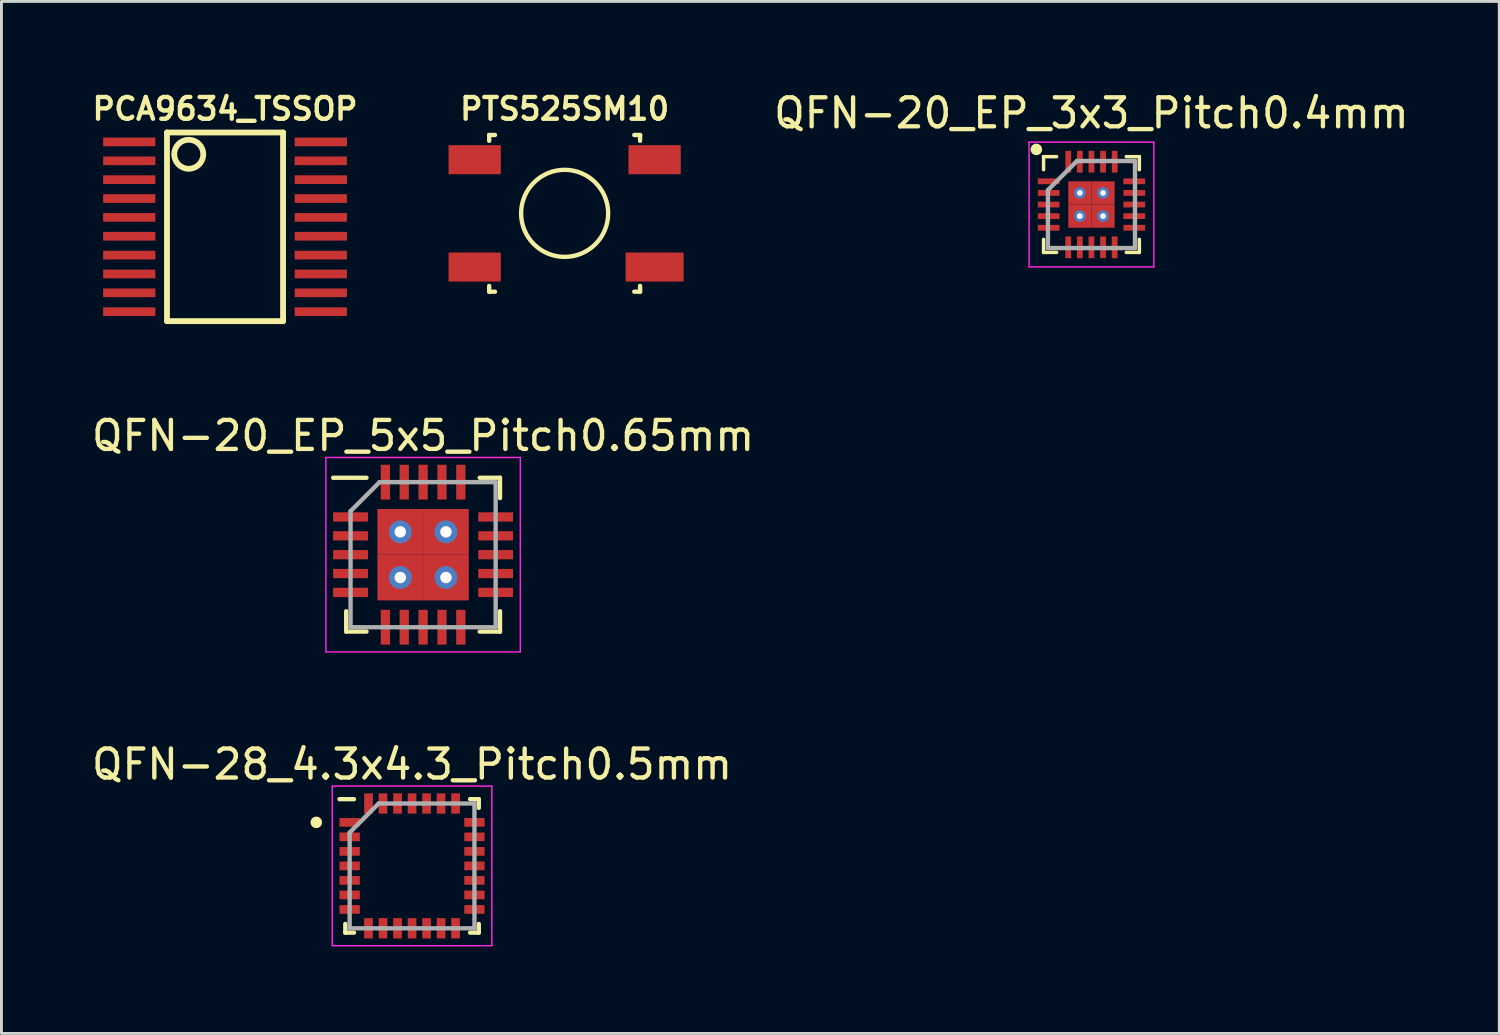
<source format=kicad_pcb>
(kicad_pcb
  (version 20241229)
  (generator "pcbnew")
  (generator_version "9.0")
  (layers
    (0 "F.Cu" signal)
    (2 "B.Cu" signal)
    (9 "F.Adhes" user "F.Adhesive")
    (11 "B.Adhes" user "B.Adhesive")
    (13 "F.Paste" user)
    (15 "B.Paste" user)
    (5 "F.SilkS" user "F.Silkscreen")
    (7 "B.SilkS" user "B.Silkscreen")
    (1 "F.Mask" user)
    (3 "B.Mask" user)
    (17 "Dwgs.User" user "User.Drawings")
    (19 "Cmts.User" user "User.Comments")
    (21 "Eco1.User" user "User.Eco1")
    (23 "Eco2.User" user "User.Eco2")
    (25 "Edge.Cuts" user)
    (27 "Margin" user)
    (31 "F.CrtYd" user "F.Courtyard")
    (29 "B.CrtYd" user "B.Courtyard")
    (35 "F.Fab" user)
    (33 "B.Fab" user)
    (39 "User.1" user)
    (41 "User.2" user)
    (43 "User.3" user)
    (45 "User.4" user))
  (footprint "QFN-20_EP_3x3_Pitch0.4mm"
    (layer "F.Cu")
    (at 34.561 3.998)
    (property "Reference" "QFN-20_EP_3x3_Pitch0.4mm" (at 0 -3.15 0) (layer "F.SilkS") (effects (font (size 1 1) (thickness 0.15))))
    (attr smd)
    (fp_line (start -1.65 -1.65) (end -1.65 -1.2) (stroke (width 0.12) (type solid)) (layer "F.SilkS"))
    (fp_line (start -1.65 -1.65) (end -1.2 -1.65) (stroke (width 0.12) (type solid)) (layer "F.SilkS"))
    (fp_line (start -1.65 1.65) (end -1.65 1.2) (stroke (width 0.12) (type solid)) (layer "F.SilkS"))
    (fp_line (start -1.2 1.65) (end -1.65 1.65) (stroke (width 0.12) (type solid)) (layer "F.SilkS"))
    (fp_line (start 1.2 -1.65) (end 1.65 -1.65) (stroke (width 0.12) (type solid)) (layer "F.SilkS"))
    (fp_line (start 1.2 1.65) (end 1.65 1.65) (stroke (width 0.12) (type solid)) (layer "F.SilkS"))
    (fp_line (start 1.65 -1.65) (end 1.65 -1.2) (stroke (width 0.12) (type solid)) (layer "F.SilkS"))
    (fp_line (start 1.65 1.65) (end 1.65 1.2) (stroke (width 0.12) (type solid)) (layer "F.SilkS"))
    (fp_circle (center -1.9 -1.9) (end -1.8 -1.9) (stroke (width 0.2) (type solid)) (fill no) (layer "F.SilkS"))
    (fp_line (start -2.15 -2.15) (end 2.15 -2.15) (stroke (width 0.05) (type solid)) (layer "F.CrtYd"))
    (fp_line (start -2.15 2.15) (end -2.15 -2.15) (stroke (width 0.05) (type solid)) (layer "F.CrtYd"))
    (fp_line (start 2.15 -2.15) (end 2.15 2.15) (stroke (width 0.05) (type solid)) (layer "F.CrtYd"))
    (fp_line (start 2.15 2.15) (end -2.15 2.15) (stroke (width 0.05) (type solid)) (layer "F.CrtYd"))
    (fp_line (start -1.5 -0.5) (end -1.5 1.5) (stroke (width 0.15) (type solid)) (layer "F.Fab"))
    (fp_line (start -1.5 1.5) (end 1.5 1.5) (stroke (width 0.15) (type solid)) (layer "F.Fab"))
    (fp_line (start -0.5 -1.5) (end -1.5 -0.5) (stroke (width 0.15) (type solid)) (layer "F.Fab"))
    (fp_line (start 1.5 -1.5) (end -0.5 -1.5) (stroke (width 0.15) (type solid)) (layer "F.Fab"))
    (fp_line (start 1.5 1.5) (end 1.5 -1.5) (stroke (width 0.15) (type solid)) (layer "F.Fab"))
    (pad "1" smd rect (at -1.475 -0.8 90) (size 0.2 0.75) (layers "F.Cu" "F.Mask" "F.Paste"))
    (pad "2" smd rect (at -1.475 -0.4 90) (size 0.2 0.75) (layers "F.Cu" "F.Mask" "F.Paste"))
    (pad "3" smd rect (at -1.475 0 90) (size 0.2 0.75) (layers "F.Cu" "F.Mask" "F.Paste"))
    (pad "4" smd rect (at -1.475 0.4 90) (size 0.2 0.75) (layers "F.Cu" "F.Mask" "F.Paste"))
    (pad "5" smd rect (at -1.475 0.8 90) (size 0.2 0.75) (layers "F.Cu" "F.Mask" "F.Paste"))
    (pad "6" smd rect (at -0.8 1.475) (size 0.2 0.75) (layers "F.Cu" "F.Mask" "F.Paste"))
    (pad "7" smd rect (at -0.4 1.475) (size 0.2 0.75) (layers "F.Cu" "F.Mask" "F.Paste"))
    (pad "8" smd rect (at 0 1.475) (size 0.2 0.75) (layers "F.Cu" "F.Mask" "F.Paste"))
    (pad "9" smd rect (at 0.4 1.475) (size 0.2 0.75) (layers "F.Cu" "F.Mask" "F.Paste"))
    (pad "10" smd rect (at 0.8 1.475) (size 0.2 0.75) (layers "F.Cu" "F.Mask" "F.Paste"))
    (pad "11" smd rect (at 1.475 0.8 90) (size 0.2 0.75) (layers "F.Cu" "F.Mask" "F.Paste"))
    (pad "12" smd rect (at 1.475 0.4 90) (size 0.2 0.75) (layers "F.Cu" "F.Mask" "F.Paste"))
    (pad "13" smd rect (at 1.475 0 90) (size 0.2 0.75) (layers "F.Cu" "F.Mask" "F.Paste"))
    (pad "14" smd rect (at 1.475 -0.4 90) (size 0.2 0.75) (layers "F.Cu" "F.Mask" "F.Paste"))
    (pad "15" smd rect (at 1.475 -0.8 90) (size 0.2 0.75) (layers "F.Cu" "F.Mask" "F.Paste"))
    (pad "16" smd rect (at 0.8 -1.475) (size 0.2 0.75) (layers "F.Cu" "F.Mask" "F.Paste"))
    (pad "17" smd rect (at 0.4 -1.475) (size 0.2 0.75) (layers "F.Cu" "F.Mask" "F.Paste"))
    (pad "18" smd rect (at 0 -1.475) (size 0.2 0.75) (layers "F.Cu" "F.Mask" "F.Paste"))
    (pad "19" smd rect (at -0.4 -1.475) (size 0.2 0.75) (layers "F.Cu" "F.Mask" "F.Paste"))
    (pad "20" smd rect (at -0.8 -1.475) (size 0.2 0.75) (layers "F.Cu" "F.Mask" "F.Paste"))
    (pad "21" thru_hole circle (at -0.4 -0.4) (size 0.4 0.4) (drill 0.2) (layers "*.Cu" "*.Mask"))
    (pad "21" smd rect (at -0.4 -0.4) (size 0.8 0.8) (layers "F.Cu" "F.Mask" "F.Paste"))
    (pad "21" thru_hole circle (at -0.4 0.4) (size 0.4 0.4) (drill 0.2) (layers "*.Cu" "*.Mask"))
    (pad "21" smd rect (at -0.4 0.4) (size 0.8 0.8) (layers "F.Cu" "F.Mask" "F.Paste"))
    (pad "21" thru_hole circle (at 0.4 -0.4) (size 0.4 0.4) (drill 0.2) (layers "*.Cu" "*.Mask"))
    (pad "21" smd rect (at 0.4 -0.4) (size 0.8 0.8) (layers "F.Cu" "F.Mask" "F.Paste"))
    (pad "21" thru_hole circle (at 0.4 0.4) (size 0.4 0.4) (drill 0.2) (layers "*.Cu" "*.Mask"))
    (pad "21" smd rect (at 0.4 0.4) (size 0.8 0.8) (layers "F.Cu" "F.Mask" "F.Paste")))
  (footprint "QFN-28_4.3x4.3_Pitch0.5mm"
    (layer "F.Cu")
    (at 11.149 26.788)
    (property "Reference" "QFN-28_4.3x4.3_Pitch0.5mm" (at 0 -3.5 0) (layer "F.SilkS") (effects (font (size 1 1) (thickness 0.15))))
    (attr smd)
    (fp_line (start -2.3 2.3) (end -2.3 2) (stroke (width 0.15) (type solid)) (layer "F.SilkS"))
    (fp_line (start -2 -2.3) (end -2.5 -2.3) (stroke (width 0.15) (type solid)) (layer "F.SilkS"))
    (fp_line (start -2 2.3) (end -2.3 2.3) (stroke (width 0.15) (type solid)) (layer "F.SilkS"))
    (fp_line (start 2 -2.3) (end 2.3 -2.3) (stroke (width 0.15) (type solid)) (layer "F.SilkS"))
    (fp_line (start 2 2.3) (end 2.3 2.3) (stroke (width 0.15) (type solid)) (layer "F.SilkS"))
    (fp_line (start 2.3 -2.3) (end 2.3 -2) (stroke (width 0.15) (type solid)) (layer "F.SilkS"))
    (fp_line (start 2.3 2.3) (end 2.3 2) (stroke (width 0.15) (type solid)) (layer "F.SilkS"))
    (fp_circle (center -3.3 -1.5) (end -3.4 -1.5) (stroke (width 0.2) (type solid)) (fill no) (layer "F.SilkS"))
    (fp_line (start -2.75 -2.75) (end 2.75 -2.75) (stroke (width 0.05) (type solid)) (layer "F.CrtYd"))
    (fp_line (start -2.75 2.75) (end -2.75 -2.75) (stroke (width 0.05) (type solid)) (layer "F.CrtYd"))
    (fp_line (start 2.75 -2.75) (end 2.75 2.75) (stroke (width 0.05) (type solid)) (layer "F.CrtYd"))
    (fp_line (start 2.75 2.75) (end -2.75 2.75) (stroke (width 0.05) (type solid)) (layer "F.CrtYd"))
    (fp_line (start -2.15 -1.15) (end -2.15 2.15) (stroke (width 0.15) (type solid)) (layer "F.Fab"))
    (fp_line (start -2.15 2.15) (end 2.15 2.15) (stroke (width 0.15) (type solid)) (layer "F.Fab"))
    (fp_line (start -1.15 -2.15) (end -2.15 -1.15) (stroke (width 0.15) (type solid)) (layer "F.Fab"))
    (fp_line (start 2.15 -2.15) (end -1.15 -2.15) (stroke (width 0.15) (type solid)) (layer "F.Fab"))
    (fp_line (start 2.15 2.15) (end 2.15 -2.15) (stroke (width 0.15) (type solid)) (layer "F.Fab"))
    (pad "1" smd rect (at -2.15 -1.5 90) (size 0.3 0.7) (layers "F.Cu" "F.Mask" "F.Paste"))
    (pad "2" smd rect (at -2.15 -1 90) (size 0.3 0.7) (layers "F.Cu" "F.Mask" "F.Paste"))
    (pad "3" smd rect (at -2.15 -0.5 90) (size 0.3 0.7) (layers "F.Cu" "F.Mask" "F.Paste"))
    (pad "4" smd rect (at -2.15 0 90) (size 0.3 0.7) (layers "F.Cu" "F.Mask" "F.Paste"))
    (pad "5" smd rect (at -2.15 0.5 90) (size 0.3 0.7) (layers "F.Cu" "F.Mask" "F.Paste"))
    (pad "6" smd rect (at -2.15 1 90) (size 0.3 0.7) (layers "F.Cu" "F.Mask" "F.Paste"))
    (pad "7" smd rect (at -2.15 1.5 90) (size 0.3 0.7) (layers "F.Cu" "F.Mask" "F.Paste"))
    (pad "8" smd rect (at -1.5 2.15) (size 0.3 0.7) (layers "F.Cu" "F.Mask" "F.Paste"))
    (pad "9" smd rect (at -1 2.15) (size 0.3 0.7) (layers "F.Cu" "F.Mask" "F.Paste"))
    (pad "10" smd rect (at -0.5 2.15) (size 0.3 0.7) (layers "F.Cu" "F.Mask" "F.Paste"))
    (pad "11" smd rect (at 0 2.15) (size 0.3 0.7) (layers "F.Cu" "F.Mask" "F.Paste"))
    (pad "12" smd rect (at 0.5 2.15) (size 0.3 0.7) (layers "F.Cu" "F.Mask" "F.Paste"))
    (pad "13" smd rect (at 1 2.15) (size 0.3 0.7) (layers "F.Cu" "F.Mask" "F.Paste"))
    (pad "14" smd rect (at 1.5 2.15) (size 0.3 0.7) (layers "F.Cu" "F.Mask" "F.Paste"))
    (pad "15" smd rect (at 2.15 1.5 90) (size 0.3 0.7) (layers "F.Cu" "F.Mask" "F.Paste"))
    (pad "16" smd rect (at 2.15 1 90) (size 0.3 0.7) (layers "F.Cu" "F.Mask" "F.Paste"))
    (pad "17" smd rect (at 2.15 0.5 90) (size 0.3 0.7) (layers "F.Cu" "F.Mask" "F.Paste"))
    (pad "18" smd rect (at 2.15 0 90) (size 0.3 0.7) (layers "F.Cu" "F.Mask" "F.Paste"))
    (pad "19" smd rect (at 2.15 -0.5 90) (size 0.3 0.7) (layers "F.Cu" "F.Mask" "F.Paste"))
    (pad "20" smd rect (at 2.15 -1 90) (size 0.3 0.7) (layers "F.Cu" "F.Mask" "F.Paste"))
    (pad "21" smd rect (at 2.15 -1.5 90) (size 0.3 0.7) (layers "F.Cu" "F.Mask" "F.Paste"))
    (pad "22" smd rect (at 1.5 -2.15) (size 0.3 0.7) (layers "F.Cu" "F.Mask" "F.Paste"))
    (pad "23" smd rect (at 1 -2.15) (size 0.3 0.7) (layers "F.Cu" "F.Mask" "F.Paste"))
    (pad "24" smd rect (at 0.5 -2.15) (size 0.3 0.7) (layers "F.Cu" "F.Mask" "F.Paste"))
    (pad "25" smd rect (at 0 -2.15) (size 0.3 0.7) (layers "F.Cu" "F.Mask" "F.Paste"))
    (pad "26" smd rect (at -0.5 -2.15) (size 0.3 0.7) (layers "F.Cu" "F.Mask" "F.Paste"))
    (pad "27" smd rect (at -1 -2.15) (size 0.3 0.7) (layers "F.Cu" "F.Mask" "F.Paste"))
    (pad "28" smd rect (at -1.5 -2.15) (size 0.3 0.7) (layers "F.Cu" "F.Mask" "F.Paste")))
  (footprint "PCA9634_TSSOP"
    (layer "F.Cu")
    (at 4.704 4.766)
    (property "Reference" "PCA9634_TSSOP" (at 0 -4.064 0) (layer "F.SilkS") (effects (font (size 0.75 0.75) (thickness 0.15))))
    (attr smd)
    (fp_line (start -2 -3.25) (end 2 -3.25) (stroke (width 0.2) (type solid)) (layer "F.SilkS"))
    (fp_line (start -2 3.25) (end -2 -3.25) (stroke (width 0.2) (type solid)) (layer "F.SilkS"))
    (fp_line (start 2 -3.25) (end 2 3.25) (stroke (width 0.2) (type solid)) (layer "F.SilkS"))
    (fp_line (start 2 3.25) (end -2 3.25) (stroke (width 0.2) (type solid)) (layer "F.SilkS"))
    (fp_circle (center -1.25 -2.5) (end -0.75 -2.5) (stroke (width 0.2) (type solid)) (fill no) (layer "F.SilkS"))
    (pad "1" smd rect (at -3.3 -2.925) (size 1.8 0.3) (layers "F.Cu" "F.Mask" "F.Paste"))
    (pad "2" smd rect (at -3.3 -2.275) (size 1.8 0.3) (layers "F.Cu" "F.Mask" "F.Paste"))
    (pad "3" smd rect (at -3.3 -1.625) (size 1.8 0.3) (layers "F.Cu" "F.Mask" "F.Paste"))
    (pad "4" smd rect (at -3.3 -0.975) (size 1.8 0.3) (layers "F.Cu" "F.Mask" "F.Paste"))
    (pad "5" smd rect (at -3.3 -0.325) (size 1.8 0.3) (layers "F.Cu" "F.Mask" "F.Paste"))
    (pad "6" smd rect (at -3.3 0.325) (size 1.8 0.3) (layers "F.Cu" "F.Mask" "F.Paste"))
    (pad "7" smd rect (at -3.3 0.975) (size 1.8 0.3) (layers "F.Cu" "F.Mask" "F.Paste"))
    (pad "8" smd rect (at -3.3 1.625) (size 1.8 0.3) (layers "F.Cu" "F.Mask" "F.Paste"))
    (pad "9" smd rect (at -3.3 2.275) (size 1.8 0.3) (layers "F.Cu" "F.Mask" "F.Paste"))
    (pad "10" smd rect (at -3.3 2.925) (size 1.8 0.3) (layers "F.Cu" "F.Mask" "F.Paste"))
    (pad "11" smd rect (at 3.3 2.925) (size 1.8 0.3) (layers "F.Cu" "F.Mask" "F.Paste"))
    (pad "12" smd rect (at 3.3 2.275) (size 1.8 0.3) (layers "F.Cu" "F.Mask" "F.Paste"))
    (pad "13" smd rect (at 3.3 1.625) (size 1.8 0.3) (layers "F.Cu" "F.Mask" "F.Paste"))
    (pad "14" smd rect (at 3.3 0.975) (size 1.8 0.3) (layers "F.Cu" "F.Mask" "F.Paste"))
    (pad "15" smd rect (at 3.3 0.325) (size 1.8 0.3) (layers "F.Cu" "F.Mask" "F.Paste"))
    (pad "16" smd rect (at 3.3 -0.325) (size 1.8 0.3) (layers "F.Cu" "F.Mask" "F.Paste"))
    (pad "17" smd rect (at 3.3 -0.975) (size 1.8 0.3) (layers "F.Cu" "F.Mask" "F.Paste"))
    (pad "18" smd rect (at 3.3 -1.625) (size 1.8 0.3) (layers "F.Cu" "F.Mask" "F.Paste"))
    (pad "19" smd rect (at 3.3 -2.275) (size 1.8 0.3) (layers "F.Cu" "F.Mask" "F.Paste"))
    (pad "20" smd rect (at 3.3 -2.925) (size 1.8 0.3) (layers "F.Cu" "F.Mask" "F.Paste")))
  (footprint "PTS525SM10"
    (layer "F.Cu")
    (at 16.407 4.302)
    (property "Reference" "PTS525SM10" (at 0 -3.6 0) (layer "F.SilkS") (effects (font (size 0.75 0.75) (thickness 0.15))))
    (attr smd)
    (fp_line (start -2.6 -2.7) (end -2.4 -2.7) (stroke (width 0.15) (type solid)) (layer "F.SilkS"))
    (fp_line (start -2.6 -2.5) (end -2.6 -2.7) (stroke (width 0.15) (type solid)) (layer "F.SilkS"))
    (fp_line (start -2.6 2.7) (end -2.6 2.5) (stroke (width 0.15) (type solid)) (layer "F.SilkS"))
    (fp_line (start -2.4 2.7) (end -2.6 2.7) (stroke (width 0.15) (type solid)) (layer "F.SilkS"))
    (fp_line (start 2.4 -2.7) (end 2.6 -2.7) (stroke (width 0.15) (type solid)) (layer "F.SilkS"))
    (fp_line (start 2.6 -2.7) (end 2.6 -2.5) (stroke (width 0.15) (type solid)) (layer "F.SilkS"))
    (fp_line (start 2.6 2.5) (end 2.6 2.7) (stroke (width 0.15) (type solid)) (layer "F.SilkS"))
    (fp_line (start 2.6 2.7) (end 2.4 2.7) (stroke (width 0.15) (type solid)) (layer "F.SilkS"))
    (fp_circle (center 0 0) (end 1.5 0) (stroke (width 0.15) (type solid)) (fill no) (layer "F.SilkS"))
    (pad "1" smd rect (at -3.1 -1.85) (size 1.8 1) (layers "F.Cu" "F.Mask" "F.Paste"))
    (pad "1" smd rect (at 3.1 -1.85) (size 1.8 1) (layers "F.Cu" "F.Mask" "F.Paste"))
    (pad "2" smd rect (at -3.1 1.85) (size 1.8 1) (layers "F.Cu" "F.Mask" "F.Paste"))
    (pad "2" smd rect (at 3.1 1.85) (size 2 1) (layers "F.Cu" "F.Mask" "F.Paste")))
  (footprint "QFN-20_EP_5x5_Pitch0.65mm"
    (layer "F.Cu")
    (at 11.53 16.064)
    (property "Reference" "QFN-20_EP_5x5_Pitch0.65mm" (at 0 -4.1 0) (layer "F.SilkS") (effects (font (size 1 1) (thickness 0.15))))
    (attr smd)
    (fp_line (start -2.65 2.65) (end -2.65 1.95) (stroke (width 0.15) (type solid)) (layer "F.SilkS"))
    (fp_line (start -1.95 -2.65) (end -3.1 -2.65) (stroke (width 0.15) (type solid)) (layer "F.SilkS"))
    (fp_line (start -1.95 2.65) (end -2.65 2.65) (stroke (width 0.15) (type solid)) (layer "F.SilkS"))
    (fp_line (start 1.95 -2.65) (end 2.65 -2.65) (stroke (width 0.15) (type solid)) (layer "F.SilkS"))
    (fp_line (start 1.95 2.65) (end 2.65 2.65) (stroke (width 0.15) (type solid)) (layer "F.SilkS"))
    (fp_line (start 2.65 -2.65) (end 2.65 -1.95) (stroke (width 0.15) (type solid)) (layer "F.SilkS"))
    (fp_line (start 2.65 2.65) (end 2.65 1.95) (stroke (width 0.15) (type solid)) (layer "F.SilkS"))
    (fp_line (start -3.35 -3.35) (end 3.35 -3.35) (stroke (width 0.05) (type solid)) (layer "F.CrtYd"))
    (fp_line (start -3.35 3.35) (end -3.35 -3.35) (stroke (width 0.05) (type solid)) (layer "F.CrtYd"))
    (fp_line (start 3.35 -3.35) (end 3.35 3.35) (stroke (width 0.05) (type solid)) (layer "F.CrtYd"))
    (fp_line (start 3.35 3.35) (end -3.35 3.35) (stroke (width 0.05) (type solid)) (layer "F.CrtYd"))
    (fp_line (start -2.5 -1.5) (end -2.5 2.5) (stroke (width 0.15) (type solid)) (layer "F.Fab"))
    (fp_line (start -2.5 2.5) (end 2.5 2.5) (stroke (width 0.15) (type solid)) (layer "F.Fab"))
    (fp_line (start -1.5 -2.5) (end -2.5 -1.5) (stroke (width 0.15) (type solid)) (layer "F.Fab"))
    (fp_line (start 2.5 -2.5) (end -1.5 -2.5) (stroke (width 0.15) (type solid)) (layer "F.Fab"))
    (fp_line (start 2.5 2.5) (end 2.5 -2.5) (stroke (width 0.15) (type solid)) (layer "F.Fab"))
    (pad "1" smd rect (at -2.5 -1.3 90) (size 0.32 1.2) (layers "F.Cu" "F.Mask" "F.Paste"))
    (pad "2" smd rect (at -2.5 -0.65 90) (size 0.32 1.2) (layers "F.Cu" "F.Mask" "F.Paste"))
    (pad "3" smd rect (at -2.5 0 90) (size 0.32 1.2) (layers "F.Cu" "F.Mask" "F.Paste"))
    (pad "4" smd rect (at -2.5 0.65 90) (size 0.32 1.2) (layers "F.Cu" "F.Mask" "F.Paste"))
    (pad "5" smd rect (at -2.5 1.3 90) (size 0.32 1.2) (layers "F.Cu" "F.Mask" "F.Paste"))
    (pad "6" smd rect (at -1.3 2.5) (size 0.32 1.2) (layers "F.Cu" "F.Mask" "F.Paste"))
    (pad "7" smd rect (at -0.65 2.5) (size 0.32 1.2) (layers "F.Cu" "F.Mask" "F.Paste"))
    (pad "8" smd rect (at 0 2.5) (size 0.32 1.2) (layers "F.Cu" "F.Mask" "F.Paste"))
    (pad "9" smd rect (at 0.65 2.5) (size 0.32 1.2) (layers "F.Cu" "F.Mask" "F.Paste"))
    (pad "10" smd rect (at 1.3 2.5) (size 0.32 1.2) (layers "F.Cu" "F.Mask" "F.Paste"))
    (pad "11" smd rect (at 2.5 1.3 90) (size 0.32 1.2) (layers "F.Cu" "F.Mask" "F.Paste"))
    (pad "12" smd rect (at 2.5 0.65 90) (size 0.32 1.2) (layers "F.Cu" "F.Mask" "F.Paste"))
    (pad "13" smd rect (at 2.5 0 90) (size 0.32 1.2) (layers "F.Cu" "F.Mask" "F.Paste"))
    (pad "14" smd rect (at 2.5 -0.65 90) (size 0.32 1.2) (layers "F.Cu" "F.Mask" "F.Paste"))
    (pad "15" smd rect (at 2.5 -1.3 90) (size 0.32 1.2) (layers "F.Cu" "F.Mask" "F.Paste"))
    (pad "16" smd rect (at 1.3 -2.5) (size 0.32 1.2) (layers "F.Cu" "F.Mask" "F.Paste"))
    (pad "17" smd rect (at 0.65 -2.5) (size 0.32 1.2) (layers "F.Cu" "F.Mask" "F.Paste"))
    (pad "18" smd rect (at 0 -2.5) (size 0.32 1.2) (layers "F.Cu" "F.Mask" "F.Paste"))
    (pad "19" smd rect (at -0.65 -2.5) (size 0.32 1.2) (layers "F.Cu" "F.Mask" "F.Paste"))
    (pad "20" smd rect (at -1.3 -2.5) (size 0.32 1.2) (layers "F.Cu" "F.Mask" "F.Paste"))
    (pad "21" thru_hole circle (at -0.787 -0.787) (size 0.787 0.787) (drill 0.394) (layers "*.Cu" "*.Mask"))
    (pad "21" smd rect (at -0.787 -0.787) (size 1.575 1.575) (layers "F.Cu" "F.Mask" "F.Paste"))
    (pad "21" thru_hole circle (at -0.787 0.787) (size 0.787 0.787) (drill 0.394) (layers "*.Cu" "*.Mask"))
    (pad "21" smd rect (at -0.787 0.787) (size 1.575 1.575) (layers "F.Cu" "F.Mask" "F.Paste"))
    (pad "21" thru_hole circle (at 0.787 -0.787) (size 0.787 0.787) (drill 0.394) (layers "*.Cu" "*.Mask"))
    (pad "21" smd rect (at 0.787 -0.787) (size 1.575 1.575) (layers "F.Cu" "F.Mask" "F.Paste"))
    (pad "21" thru_hole circle (at 0.787 0.787) (size 0.787 0.787) (drill 0.394) (layers "*.Cu" "*.Mask"))
    (pad "21" smd rect (at 0.787 0.787) (size 1.575 1.575) (layers "F.Cu" "F.Mask" "F.Paste")))
  (gr_rect
    (start -3 -3)
    (end 48.614 32.562)
    (stroke (width 0.1) (type default))
    (fill no)
    (layer "Edge.Cuts")))
</source>
